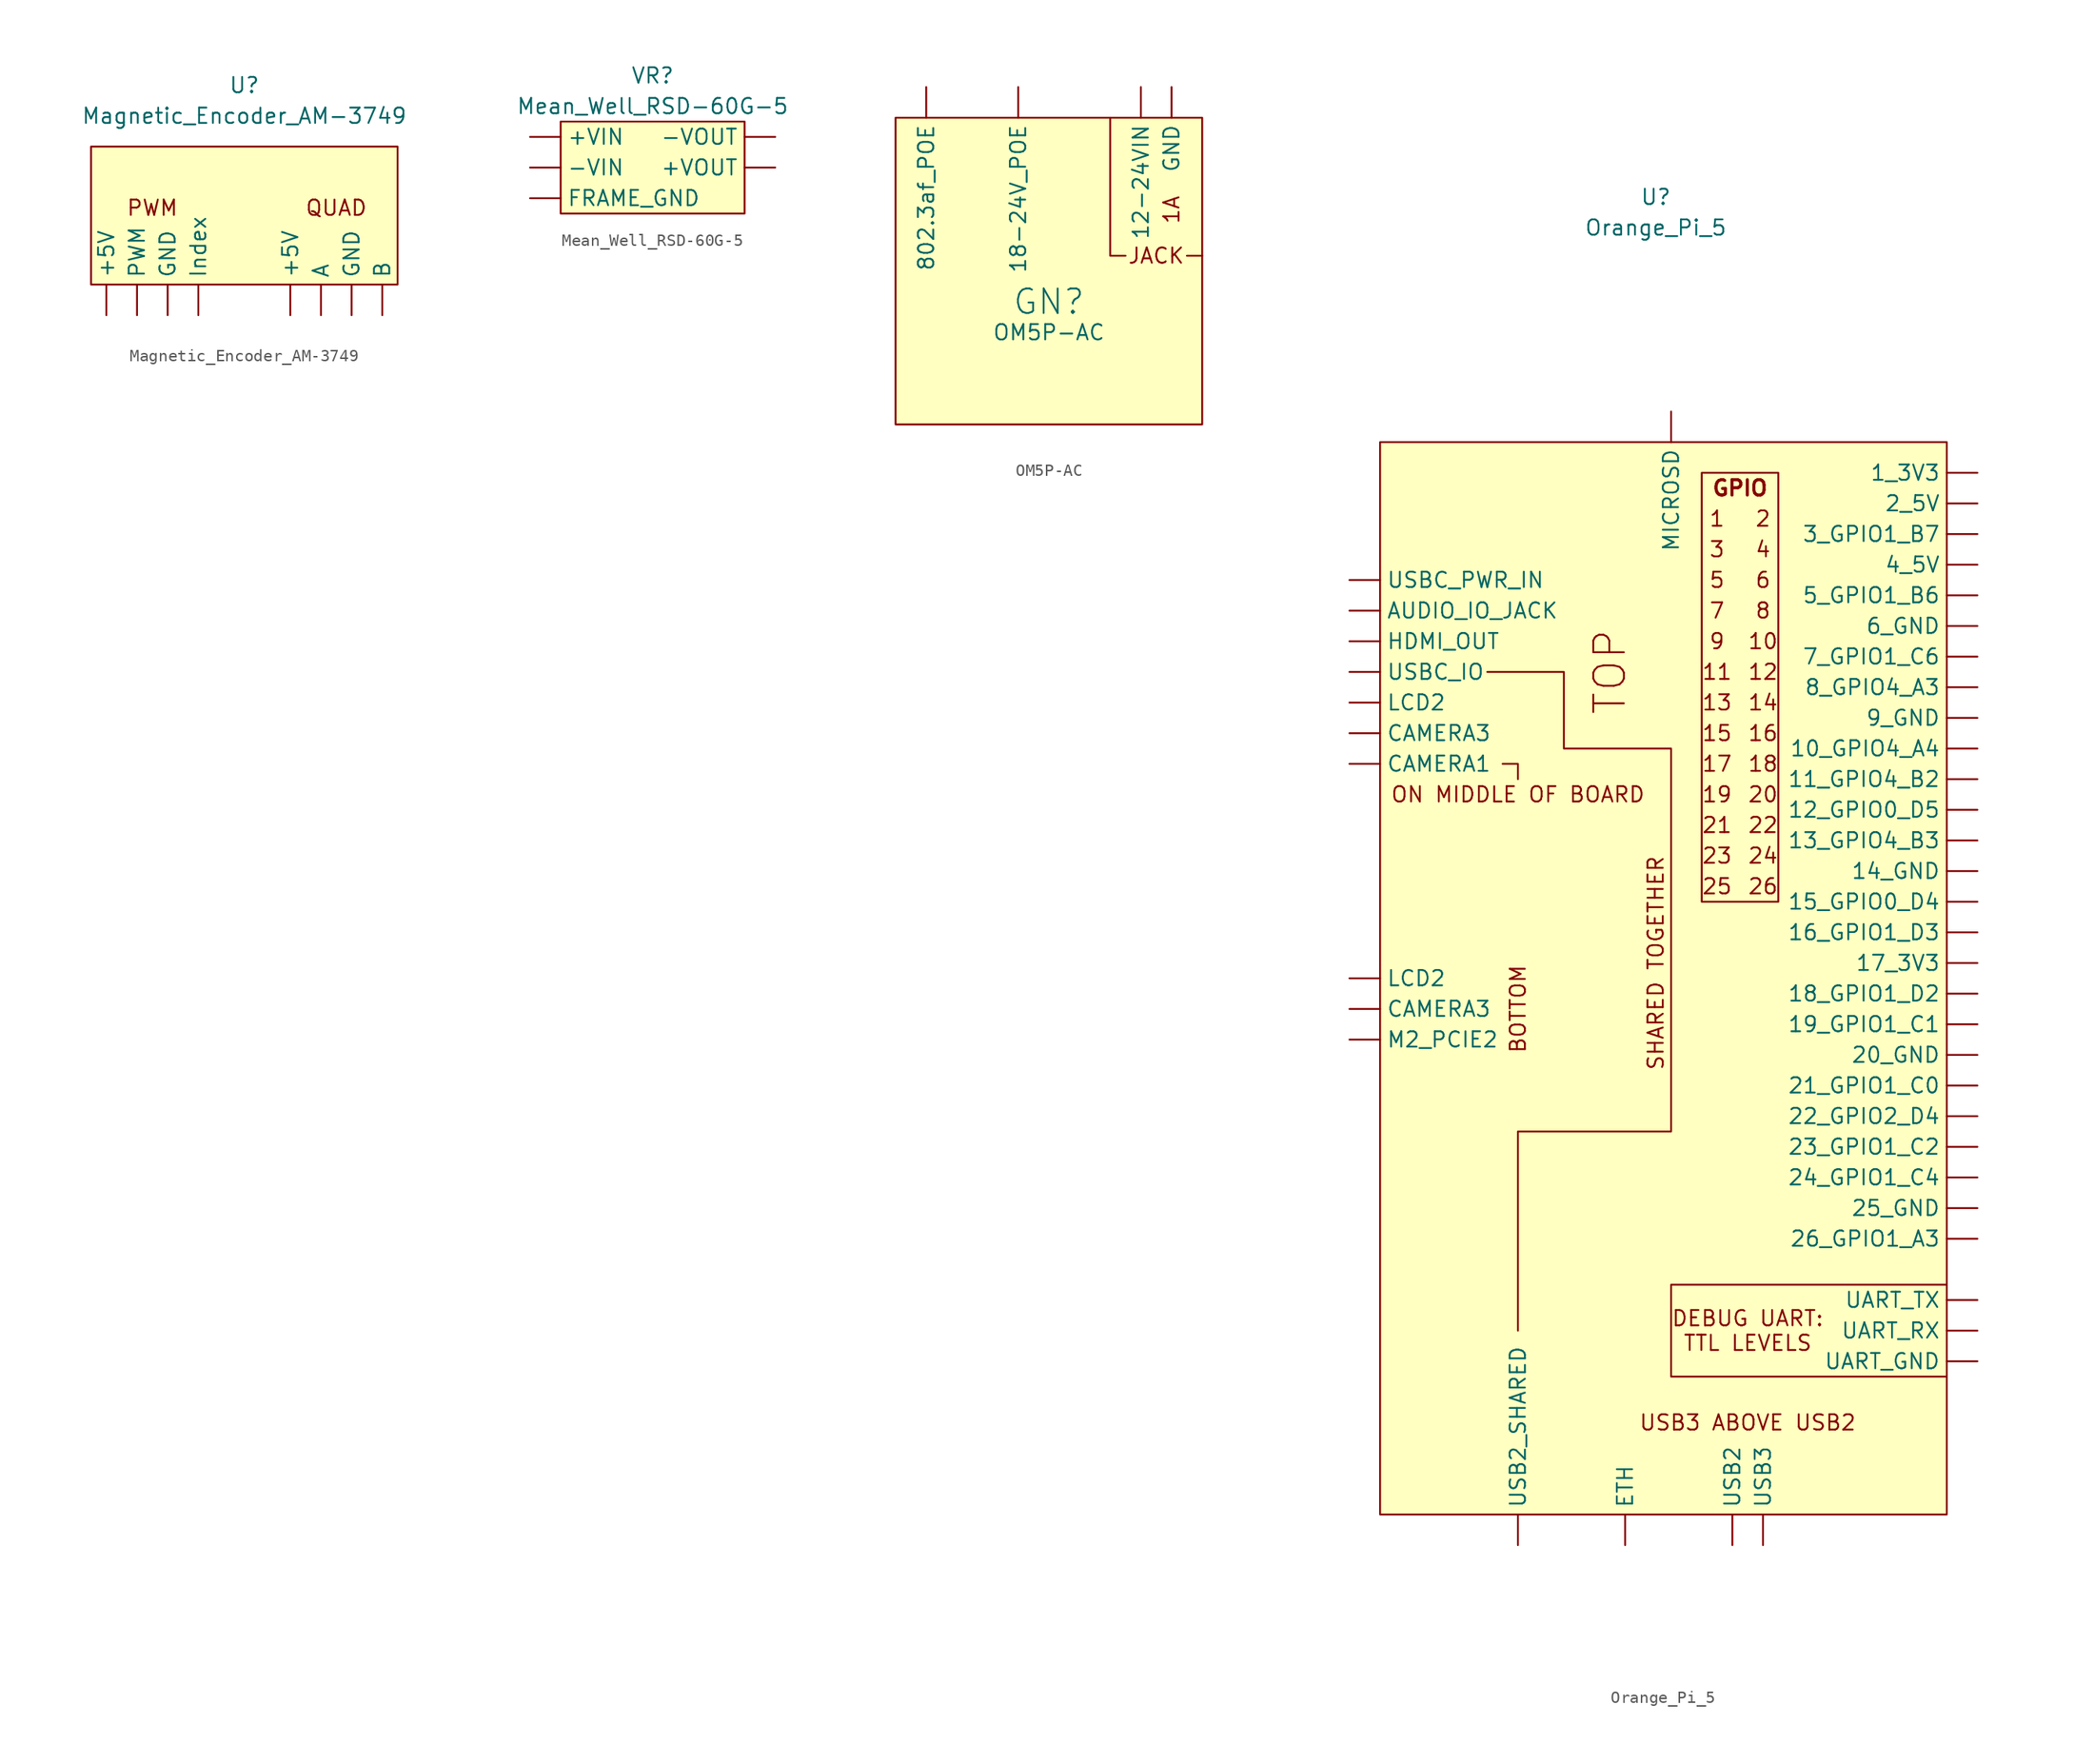
<source format=kicad_sym>
(kicad_symbol_lib
  (version 20220914)
  (generator kicad_symbol_editor)
  (symbol "Magnetic_Encoder_AM-3749"
    (property "Reference" "U"
      (at 0 0 0)
      (effects (font (size 1.27 1.27))))
    (property "Value" "Magnetic_Encoder_AM-3749"
      (at 0 -2.54 0)
      (effects (font (size 1.27 1.27))))
    (symbol "Magnetic_Encoder_AM-3749_0_0"
      (text "PWM" (at -7.62 -10.16 0) (effects (font (size 1.27 1.27))))
      (text "QUAD" (at 7.62 -10.16 0) (effects (font (size 1.27 1.27)))))
    (symbol "Magnetic_Encoder_AM-3749_0_1"
      (rectangle (start -12.7 -5.08) (end 12.7 -16.51) (stroke (width 0) (type default)) (fill (type background))))
    (symbol "Magnetic_Encoder_AM-3749_1_1"
      (pin power_in line (at -11.43 -19.05 90) (length 2.54) (name "+5V" (effects (font (size 1.27 1.27)))) (number "" (effects (font (size 1.27 1.27)))))
      (pin power_in line (at 3.81 -19.05 90) (length 2.54) (name "+5V" (effects (font (size 1.27 1.27)))) (number "" (effects (font (size 1.27 1.27)))))
      (pin output line (at 6.35 -19.05 90) (length 2.54) (name "A" (effects (font (size 1.27 1.27)))) (number "" (effects (font (size 1.27 1.27)))))
      (pin output line (at 11.43 -19.05 90) (length 2.54) (name "B" (effects (font (size 1.27 1.27)))) (number "" (effects (font (size 1.27 1.27)))))
      (pin power_in line (at -6.35 -19.05 90) (length 2.54) (name "GND" (effects (font (size 1.27 1.27)))) (number "" (effects (font (size 1.27 1.27)))))
      (pin power_in line (at 8.89 -19.05 90) (length 2.54) (name "GND" (effects (font (size 1.27 1.27)))) (number "" (effects (font (size 1.27 1.27)))))
      (pin output line (at -3.81 -19.05 90) (length 2.54) (name "Index" (effects (font (size 1.27 1.27)))) (number "" (effects (font (size 1.27 1.27)))))
      (pin output line (at -8.89 -19.05 90) (length 2.54) (name "PWM" (effects (font (size 1.27 1.27)))) (number "" (effects (font (size 1.27 1.27)))))))
  (symbol "Mean_Well_RSD-60G-5"
    (property "Reference" "VR"
      (at 0 0 0)
      (do_not_autoplace)
      (effects (font (size 1.27 1.27))))
    (property "Value" "Mean_Well_RSD-60G-5"
      (at 0 -2.54 0)
      (effects (font (size 1.27 1.27))))
    (symbol "Mean_Well_RSD-60G-5_1_1"
      (rectangle (start -7.62 -3.81) (end 7.62 -11.43) (stroke (width 0) (type default)) (fill (type background)))
      (pin power_in line (at -10.16 -5.08 0) (length 2.54) (name "+VIN" (effects (font (size 1.27 1.27)))) (number "" (effects (font (size 1.27 1.27)))))
      (pin input line (at 10.16 -7.62 180) (length 2.54) (name "+VOUT" (effects (font (size 1.27 1.27)))) (number "" (effects (font (size 1.27 1.27)))))
      (pin power_in line (at -10.16 -7.62 0) (length 2.54) (name "-VIN" (effects (font (size 1.27 1.27)))) (number "" (effects (font (size 1.27 1.27)))))
      (pin input line (at 10.16 -5.08 180) (length 2.54) (name "-VOUT" (effects (font (size 1.27 1.27)))) (number "" (effects (font (size 1.27 1.27)))))
      (pin passive line (at -10.16 -10.16 0) (length 2.54) (name "FRAME_GND" (effects (font (size 1.27 1.27)))) (number "" (effects (font (size 1.27 1.27)))))))
  (symbol "OM5P-AC"
    (property "Reference" "GN"
      (at 0 -2.54 0)
      (effects (font (size 2.032 2.032))))
    (property "Value" "OM5P-AC"
      (at 0 -5.08 0)
      (effects (font (size 1.27 1.27))))
    (symbol "OM5P-AC_0_0"
      (rectangle (start -12.7 12.7) (end 12.7 -12.7) (stroke (width 0) (type default)) (fill (type background)))
      (polyline (pts (xy 11.43 1.27) (xy 12.7 1.27)) (stroke (width 0) (type default)) (fill (type none)))
      (polyline (pts (xy 6.35 1.27) (xy 5.08 1.27) (xy 5.08 12.7)) (stroke (width 0) (type default)) (fill (type none)))
      (text "1A" (at 10.16 5.08 900) (effects (font (size 1.27 1.27))))
      (text "JACK" (at 8.89 1.27 0) (effects (font (size 1.27 1.27)))))
    (symbol "OM5P-AC_1_1"
      (pin power_in line (at 7.62 15.24 270) (length 2.54) (name "12-24VIN" (effects (font (size 1.27 1.27)))) (number "" (effects (font (size 1.27 1.27)))))
      (pin bidirectional line (at -2.54 15.24 270) (length 2.54) (name "18-24V_POE" (effects (font (size 1.27 1.27)))) (number "" (effects (font (size 1.27 1.27)))))
      (pin bidirectional line (at -10.16 15.24 270) (length 2.54) (name "802.3af_POE" (effects (font (size 1.27 1.27)))) (number "" (effects (font (size 1.27 1.27)))))
      (pin power_in line (at 10.16 15.24 270) (length 2.54) (name "GND" (effects (font (size 1.27 1.27)))) (number "" (effects (font (size 1.27 1.27)))))))
  (symbol "Orange_Pi_5"
    (property "Reference" "U"
      (at -1.27 6.35 0)
      (effects (font (size 1.27 1.27))))
    (property "Value" "Orange_Pi_5"
      (at -1.27 3.81 0)
      (effects (font (size 1.27 1.27))))
    (symbol "Orange_Pi_5_1_1"
      (rectangle (start -24.13 -13.97) (end 22.86 -102.87) (stroke (width 0) (type default)) (fill (type background)))
      (polyline (pts (xy -13.97 -40.64) (xy -12.7 -40.64) (xy -12.7 -41.91)) (stroke (width 0) (type default)) (fill (type none)))
      (polyline (pts (xy 22.86 -83.82) (xy 0 -83.82) (xy 0 -91.44) (xy 22.86 -91.44)) (stroke (width 0) (type default)) (fill (type none)))
      (polyline (pts (xy -15.24 -33.02) (xy -8.89 -33.02) (xy -8.89 -39.37) (xy 0 -39.37) (xy 0 -71.12) (xy -12.7 -71.12) (xy -12.7 -87.63)) (stroke (width 0) (type default)) (fill (type none)))
      (rectangle (start 2.54 -16.51) (end 8.89 -52.07) (stroke (width 0) (type default)) (fill (type none)))
      (text "1" (at 3.81 -20.32 0) (effects (font (size 1.27 1.27))))
      (text "10" (at 7.62 -30.48 0) (effects (font (size 1.27 1.27))))
      (text "11" (at 3.81 -33.02 0) (effects (font (size 1.27 1.27))))
      (text "12" (at 7.62 -33.02 0) (effects (font (size 1.27 1.27))))
      (text "13" (at 3.81 -35.56 0) (effects (font (size 1.27 1.27))))
      (text "14" (at 7.62 -35.56 0) (effects (font (size 1.27 1.27))))
      (text "15" (at 3.81 -38.1 0) (effects (font (size 1.27 1.27))))
      (text "16" (at 7.62 -38.1 0) (effects (font (size 1.27 1.27))))
      (text "17" (at 3.81 -40.64 0) (effects (font (size 1.27 1.27))))
      (text "18" (at 7.62 -40.64 0) (effects (font (size 1.27 1.27))))
      (text "19" (at 3.81 -43.18 0) (effects (font (size 1.27 1.27))))
      (text "2" (at 7.62 -20.32 0) (effects (font (size 1.27 1.27))))
      (text "20" (at 7.62 -43.18 0) (effects (font (size 1.27 1.27))))
      (text "21" (at 3.81 -45.72 0) (effects (font (size 1.27 1.27))))
      (text "22" (at 7.62 -45.72 0) (effects (font (size 1.27 1.27))))
      (text "23" (at 3.81 -48.26 0) (effects (font (size 1.27 1.27))))
      (text "24" (at 7.62 -48.26 0) (effects (font (size 1.27 1.27))))
      (text "25" (at 3.81 -50.8 0) (effects (font (size 1.27 1.27))))
      (text "26" (at 7.62 -50.8 0) (effects (font (size 1.27 1.27))))
      (text "3" (at 3.81 -22.86 0) (effects (font (size 1.27 1.27))))
      (text "4" (at 7.62 -22.86 0) (effects (font (size 1.27 1.27))))
      (text "5" (at 3.81 -25.4 0) (effects (font (size 1.27 1.27))))
      (text "6" (at 7.62 -25.4 0) (effects (font (size 1.27 1.27))))
      (text "7" (at 3.81 -27.94 0) (effects (font (size 1.27 1.27))))
      (text "8" (at 7.62 -27.94 0) (effects (font (size 1.27 1.27))))
      (text "9" (at 3.81 -30.48 0) (effects (font (size 1.27 1.27))))
      (text "BOTTOM" (at -12.7 -60.96 900) (effects (font (size 1.26 1.26))))
      (text "DEBUG UART:\nTTL LEVELS" (at 6.35 -87.63 0) (effects (font (size 1.27 1.27))))
      (text "GPIO" (at 5.715 -17.78 0) (effects (font (size 1.27 1.27) bold)))
      (text "ON MIDDLE OF BOARD" (at -12.7 -43.18 0) (effects (font (size 1.27 1.27))))
      (text "SHARED TOGETHER" (at -1.27 -57.15 900) (effects (font (size 1.27 1.27))))
      (text "TOP" (at -5.08 -33.02 900) (effects (font (size 2.54 2.54))))
      (text "USB3 ABOVE USB2" (at 6.35 -95.25 0) (effects (font (size 1.27 1.27))))
      (pin bidirectional line (at 25.4 -39.37 180) (length 2.54) (name "10_GPIO4_A4" (effects (font (size 1.27 1.27)))) (number "" (effects (font (size 1.27 1.27)))))
      (pin bidirectional line (at 25.4 -41.91 180) (length 2.54) (name "11_GPIO4_B2" (effects (font (size 1.27 1.27)))) (number "" (effects (font (size 1.27 1.27)))))
      (pin bidirectional line (at 25.4 -44.45 180) (length 2.54) (name "12_GPIO0_D5" (effects (font (size 1.27 1.27)))) (number "" (effects (font (size 1.27 1.27)))))
      (pin bidirectional line (at 25.4 -46.99 180) (length 2.54) (name "13_GPIO4_B3" (effects (font (size 1.27 1.27)))) (number "" (effects (font (size 1.27 1.27)))))
      (pin power_out line (at 25.4 -49.53 180) (length 2.54) (name "14_GND" (effects (font (size 1.27 1.27)))) (number "" (effects (font (size 1.27 1.27)))))
      (pin bidirectional line (at 25.4 -52.07 180) (length 2.54) (name "15_GPIO0_D4" (effects (font (size 1.27 1.27)))) (number "" (effects (font (size 1.27 1.27)))))
      (pin bidirectional line (at 25.4 -54.61 180) (length 2.54) (name "16_GPIO1_D3" (effects (font (size 1.27 1.27)))) (number "" (effects (font (size 1.27 1.27)))))
      (pin power_out line (at 25.4 -57.15 180) (length 2.54) (name "17_3V3" (effects (font (size 1.27 1.27)))) (number "" (effects (font (size 1.27 1.27)))))
      (pin bidirectional line (at 25.4 -59.69 180) (length 2.54) (name "18_GPIO1_D2" (effects (font (size 1.27 1.27)))) (number "" (effects (font (size 1.27 1.27)))))
      (pin bidirectional line (at 25.4 -62.23 180) (length 2.54) (name "19_GPIO1_C1" (effects (font (size 1.27 1.27)))) (number "" (effects (font (size 1.27 1.27)))))
      (pin power_out line (at 25.4 -16.51 180) (length 2.54) (name "1_3V3" (effects (font (size 1.27 1.27)))) (number "" (effects (font (size 1.27 1.27)))))
      (pin power_out line (at 25.4 -64.77 180) (length 2.54) (name "20_GND" (effects (font (size 1.27 1.27)))) (number "" (effects (font (size 1.27 1.27)))))
      (pin bidirectional line (at 25.4 -67.31 180) (length 2.54) (name "21_GPIO1_C0" (effects (font (size 1.27 1.27)))) (number "" (effects (font (size 1.27 1.27)))))
      (pin bidirectional line (at 25.4 -69.85 180) (length 2.54) (name "22_GPIO2_D4" (effects (font (size 1.27 1.27)))) (number "" (effects (font (size 1.27 1.27)))))
      (pin bidirectional line (at 25.4 -72.39 180) (length 2.54) (name "23_GPIO1_C2" (effects (font (size 1.27 1.27)))) (number "" (effects (font (size 1.27 1.27)))))
      (pin bidirectional line (at 25.4 -74.93 180) (length 2.54) (name "24_GPIO1_C4" (effects (font (size 1.27 1.27)))) (number "" (effects (font (size 1.27 1.27)))))
      (pin power_out line (at 25.4 -77.47 180) (length 2.54) (name "25_GND" (effects (font (size 1.27 1.27)))) (number "" (effects (font (size 1.27 1.27)))))
      (pin bidirectional line (at 25.4 -80.01 180) (length 2.54) (name "26_GPIO1_A3" (effects (font (size 1.27 1.27)))) (number "" (effects (font (size 1.27 1.27)))))
      (pin power_out line (at 25.4 -19.05 180) (length 2.54) (name "2_5V" (effects (font (size 1.27 1.27)))) (number "" (effects (font (size 1.27 1.27)))))
      (pin bidirectional line (at 25.4 -21.59 180) (length 2.54) (name "3_GPIO1_B7" (effects (font (size 1.27 1.27)))) (number "" (effects (font (size 1.27 1.27)))))
      (pin power_out line (at 25.4 -24.13 180) (length 2.54) (name "4_5V" (effects (font (size 1.27 1.27)))) (number "" (effects (font (size 1.27 1.27)))))
      (pin bidirectional line (at 25.4 -26.67 180) (length 2.54) (name "5_GPIO1_B6" (effects (font (size 1.27 1.27)))) (number "" (effects (font (size 1.27 1.27)))))
      (pin power_out line (at 25.4 -29.21 180) (length 2.54) (name "6_GND" (effects (font (size 1.27 1.27)))) (number "" (effects (font (size 1.27 1.27)))))
      (pin bidirectional line (at 25.4 -31.75 180) (length 2.54) (name "7_GPIO1_C6" (effects (font (size 1.27 1.27)))) (number "" (effects (font (size 1.27 1.27)))))
      (pin bidirectional line (at 25.4 -34.29 180) (length 2.54) (name "8_GPIO4_A3" (effects (font (size 1.27 1.27)))) (number "" (effects (font (size 1.27 1.27)))))
      (pin power_out line (at 25.4 -36.83 180) (length 2.54) (name "9_GND" (effects (font (size 1.27 1.27)))) (number "" (effects (font (size 1.27 1.27)))))
      (pin bidirectional line (at -26.67 -27.94 0) (length 2.54) (name "AUDIO_IO_JACK" (effects (font (size 1.27 1.27)))) (number "" (effects (font (size 1.27 1.27)))))
      (pin input line (at -26.67 -40.64 0) (length 2.54) (name "CAMERA1" (effects (font (size 1.27 1.27)))) (number "" (effects (font (size 1.27 1.27)))))
      (pin output line (at -26.67 -60.96 0) (length 2.54) (name "CAMERA3" (effects (font (size 1.27 1.27)))) (number "" (effects (font (size 1.27 1.27)))))
      (pin input line (at -26.67 -38.1 0) (length 2.54) (name "CAMERA3" (effects (font (size 1.27 1.27)))) (number "" (effects (font (size 1.27 1.27)))))
      (pin bidirectional line (at -3.81 -105.41 90) (length 2.54) (name "ETH" (effects (font (size 1.27 1.27)))) (number "" (effects (font (size 1.27 1.27)))))
      (pin output line (at -26.67 -30.48 0) (length 2.54) (name "HDMI_OUT" (effects (font (size 1.27 1.27)))) (number "" (effects (font (size 1.27 1.27)))))
      (pin input line (at -26.67 -58.42 0) (length 2.54) (name "LCD2" (effects (font (size 1.27 1.27)))) (number "" (effects (font (size 1.27 1.27)))))
      (pin output line (at -26.67 -35.56 0) (length 2.54) (name "LCD2" (effects (font (size 1.27 1.27)))) (number "" (effects (font (size 1.27 1.27)))))
      (pin bidirectional line (at -26.67 -63.5 0) (length 2.54) (name "M2_PCIE2" (effects (font (size 1.27 1.27)))) (number "" (effects (font (size 1.27 1.27)))))
      (pin bidirectional line (at 0 -11.43 270) (length 2.54) (name "MICROSD" (effects (font (size 1.27 1.27)))) (number "" (effects (font (size 1.27 1.27)))))
      (pin power_out line (at 25.4 -90.17 180) (length 2.54) (name "UART_GND" (effects (font (size 1.27 1.27)))) (number "" (effects (font (size 1.27 1.27)))))
      (pin input line (at 25.4 -87.63 180) (length 2.54) (name "UART_RX" (effects (font (size 1.27 1.27)))) (number "" (effects (font (size 1.27 1.27)))))
      (pin output line (at 25.4 -85.09 180) (length 2.54) (name "UART_TX" (effects (font (size 1.27 1.27)))) (number "" (effects (font (size 1.27 1.27)))))
      (pin bidirectional line (at 5.08 -105.41 90) (length 2.54) (name "USB2" (effects (font (size 1.27 1.27)))) (number "" (effects (font (size 1.27 1.27)))))
      (pin bidirectional line (at -12.7 -105.41 90) (length 2.54) (name "USB2_SHARED" (effects (font (size 1.27 1.27)))) (number "" (effects (font (size 1.27 1.27)))))
      (pin bidirectional line (at 7.62 -105.41 90) (length 2.54) (name "USB3" (effects (font (size 1.27 1.27)))) (number "" (effects (font (size 1.27 1.27)))))
      (pin bidirectional line (at -26.67 -33.02 0) (length 2.54) (name "USBC_IO" (effects (font (size 1.27 1.27)))) (number "" (effects (font (size 1.27 1.27)))))
      (pin power_in line (at -26.67 -25.4 0) (length 2.54) (name "USBC_PWR_IN" (effects (font (size 1.27 1.27)))) (number "" (effects (font (size 1.27 1.27))))))))
</source>
